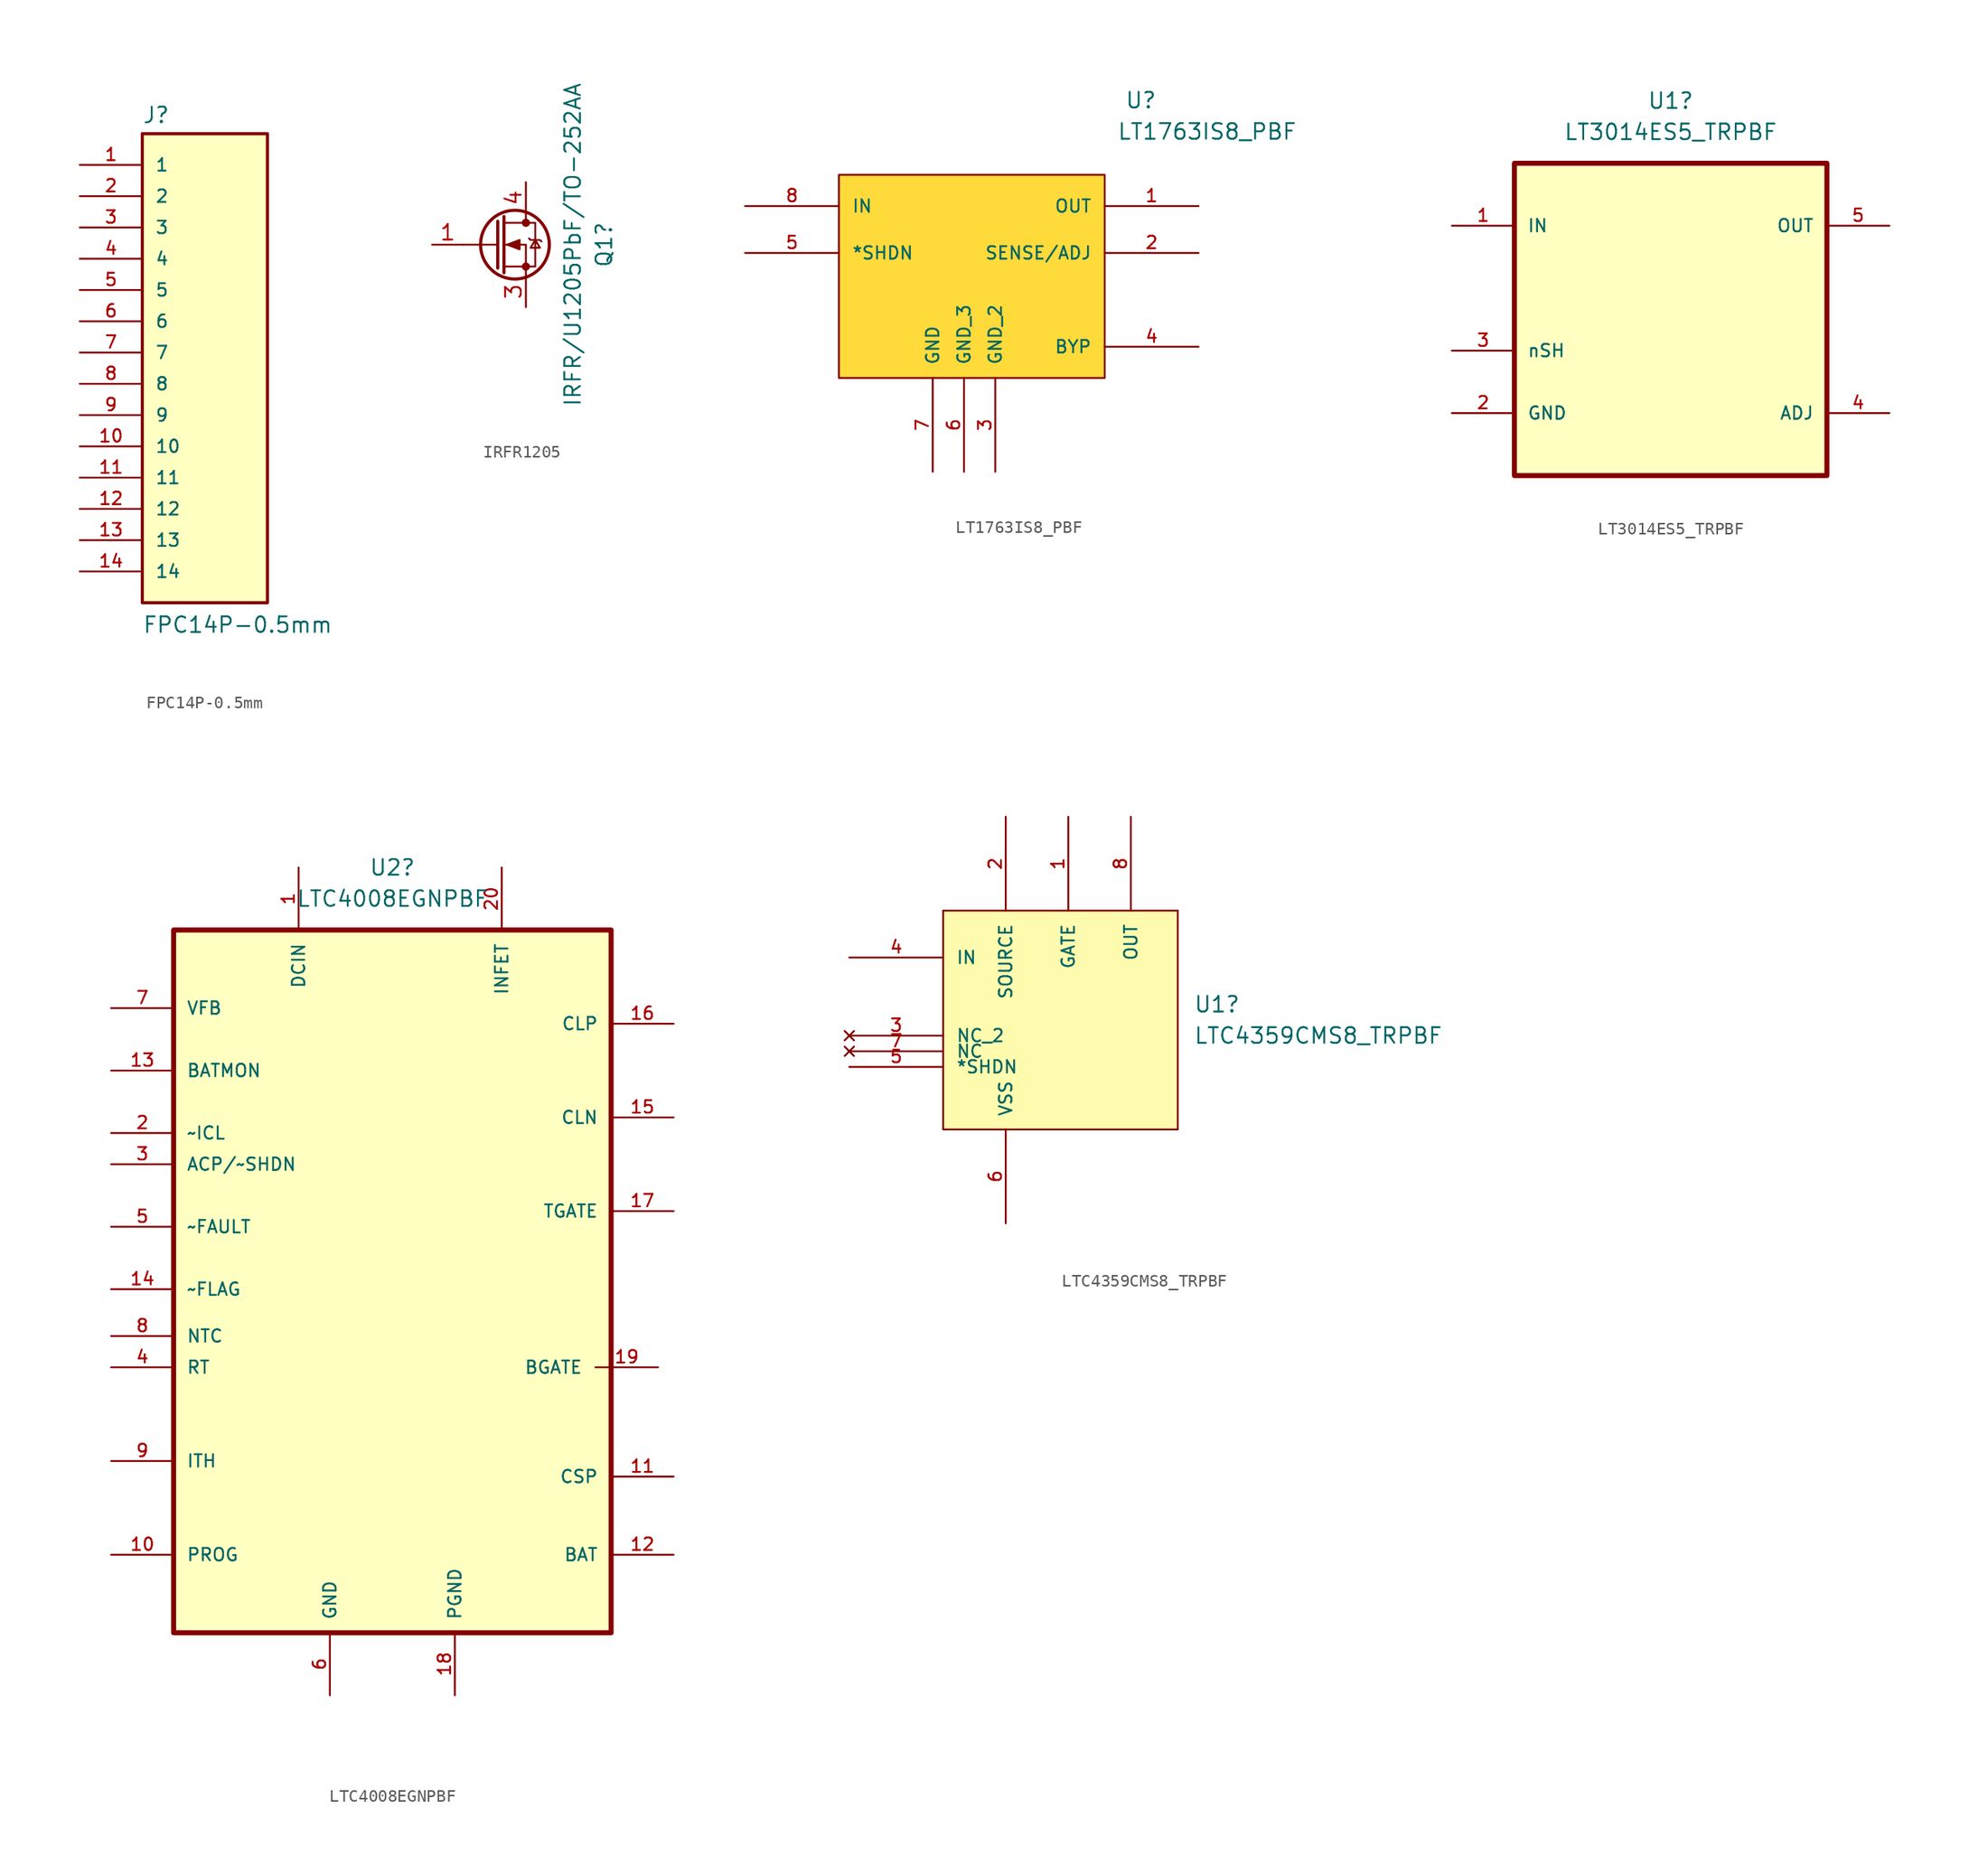
<source format=kicad_sym>
(kicad_symbol_lib
  (version 20241209)
  (generator "kicad_symbol_editor")
  (generator_version "9.0")
  (symbol "FPC14P-0.5mm"
    (pin_names
      (offset 1.016))
    (property "Reference" "J"
      (at -5.08 18.542 0)
      (effects (font (size 1.27 1.27)) (justify left bottom)))
    (property "Value" "FPC14P-0.5mm"
      (at -5.08 -22.86 0)
      (effects (font (size 1.27 1.27)) (justify left bottom)))
    (symbol "FPC14P-0.5mm_0_0"
      (rectangle (start -5.08 -20.32) (end 5.08 17.78) (stroke (width 0.254) (type default)) (fill (type background)))
      (pin passive line (at -10.16 15.24 0) (length 5.08) (name "1" (effects (font (size 1.016 1.016)))) (number "1" (effects (font (size 1.016 1.016)))))
      (pin passive line (at -10.16 12.7 0) (length 5.08) (name "2" (effects (font (size 1.016 1.016)))) (number "2" (effects (font (size 1.016 1.016)))))
      (pin passive line (at -10.16 10.16 0) (length 5.08) (name "3" (effects (font (size 1.016 1.016)))) (number "3" (effects (font (size 1.016 1.016)))))
      (pin passive line (at -10.16 7.62 0) (length 5.08) (name "4" (effects (font (size 1.016 1.016)))) (number "4" (effects (font (size 1.016 1.016)))))
      (pin passive line (at -10.16 5.08 0) (length 5.08) (name "5" (effects (font (size 1.016 1.016)))) (number "5" (effects (font (size 1.016 1.016)))))
      (pin passive line (at -10.16 2.54 0) (length 5.08) (name "6" (effects (font (size 1.016 1.016)))) (number "6" (effects (font (size 1.016 1.016)))))
      (pin passive line (at -10.16 0 0) (length 5.08) (name "7" (effects (font (size 1.016 1.016)))) (number "7" (effects (font (size 1.016 1.016)))))
      (pin passive line (at -10.16 -2.54 0) (length 5.08) (name "8" (effects (font (size 1.016 1.016)))) (number "8" (effects (font (size 1.016 1.016)))))
      (pin passive line (at -10.16 -5.08 0) (length 5.08) (name "9" (effects (font (size 1.016 1.016)))) (number "9" (effects (font (size 1.016 1.016)))))
      (pin passive line (at -10.16 -7.62 0) (length 5.08) (name "10" (effects (font (size 1.016 1.016)))) (number "10" (effects (font (size 1.016 1.016)))))
      (pin passive line (at -10.16 -10.16 0) (length 5.08) (name "11" (effects (font (size 1.016 1.016)))) (number "11" (effects (font (size 1.016 1.016)))))
      (pin passive line (at -10.16 -12.7 0) (length 5.08) (name "12" (effects (font (size 1.016 1.016)))) (number "12" (effects (font (size 1.016 1.016)))))
      (pin passive line (at -10.16 -15.24 0) (length 5.08) (name "13" (effects (font (size 1.016 1.016)))) (number "13" (effects (font (size 1.016 1.016)))))
      (pin passive line (at -10.16 -17.78 0) (length 5.08) (name "14" (effects (font (size 1.016 1.016)))) (number "14" (effects (font (size 1.016 1.016)))))))
  (symbol "IRFR1205"
    (pin_names
      (offset 0)
      (hide yes))
    (property "Reference" "Q1"
      (at 8.89 0 90)
      (effects (font (size 1.27 1.27))))
    (property "Value" "IRFR/U1205PbF/TO-252AA"
      (at 6.35 0 90)
      (effects (font (size 1.27 1.27))))
    (symbol "IRFR1205_0_1"
      (polyline (pts (xy 0.254 1.905) (xy 0.254 -1.905)) (stroke (width 0.254) (type default)) (fill (type none)))
      (polyline (pts (xy 0.254 0) (xy -2.54 0)) (stroke (width 0) (type default)) (fill (type none)))
      (polyline (pts (xy 0.762 2.286) (xy 0.762 -2.286)) (stroke (width 0.254) (type default)) (fill (type none)))
      (polyline (pts (xy 0.762 -1.778) (xy 3.302 -1.778) (xy 3.302 1.778) (xy 0.762 1.778)) (stroke (width 0) (type default)) (fill (type none)))
      (polyline (pts (xy 1.016 0) (xy 2.032 0.381) (xy 2.032 -0.381) (xy 1.016 0)) (stroke (width 0) (type default)) (fill (type outline)))
      (circle (center 1.651 0) (radius 2.794) (stroke (width 0.254) (type default)) (fill (type none)))
      (polyline (pts (xy 2.54 2.54) (xy 2.54 1.778)) (stroke (width 0) (type default)) (fill (type none)))
      (circle (center 2.54 1.778) (radius 0.254) (stroke (width 0) (type default)) (fill (type outline)))
      (circle (center 2.54 -1.778) (radius 0.254) (stroke (width 0) (type default)) (fill (type outline)))
      (polyline (pts (xy 2.54 -2.54) (xy 2.54 0) (xy 0.762 0)) (stroke (width 0) (type default)) (fill (type none)))
      (polyline (pts (xy 2.794 0.508) (xy 2.921 0.381) (xy 3.683 0.381) (xy 3.81 0.254)) (stroke (width 0) (type default)) (fill (type none)))
      (polyline (pts (xy 3.302 0.381) (xy 2.921 -0.254) (xy 3.683 -0.254) (xy 3.302 0.381)) (stroke (width 0) (type default)) (fill (type none))))
    (symbol "IRFR1205_1_1"
      (pin input line (at -5.08 0 0) (length 2.54) (name "G" (effects (font (size 1.27 1.27)))) (number "1" (effects (font (size 1.27 1.27)))))
      (pin passive line (at 2.54 5.08 270) (length 2.54) (name "D" (effects (font (size 1.27 1.27)))) (number "4" (effects (font (size 1.27 1.27)))))
      (pin passive line (at 2.54 -5.08 90) (length 2.54) (name "S" (effects (font (size 1.27 1.27)))) (number "3" (effects (font (size 1.27 1.27)))))))
  (symbol "LT1763IS8_PBF"
    (pin_names
      (offset 1.016))
    (property "Reference" "U"
      (at 30.836 9.119 0)
      (effects (font (size 1.27 1.27)) (justify left bottom)))
    (property "Value" "LT1763IS8_PBF"
      (at 30.201 6.579 0)
      (effects (font (size 1.27 1.27)) (justify left bottom)))
    (symbol "LT1763IS8_PBF_0_0"
      (pin input line (at 0 1.27 0) (length 7.62) (name "IN" (effects (font (size 1.016 1.016)))) (number "8" (effects (font (size 1.016 1.016)))))
      (pin passive line (at 0 -2.54 0) (length 7.62) (name "*SHDN" (effects (font (size 1.016 1.016)))) (number "5" (effects (font (size 1.016 1.016)))))
      (pin power_in line (at 15.24 -20.32 90) (length 7.62) (name "GND" (effects (font (size 1.016 1.016)))) (number "7" (effects (font (size 1.016 1.016)))))
      (pin power_in line (at 17.78 -20.32 90) (length 7.62) (name "GND_3" (effects (font (size 1.016 1.016)))) (number "6" (effects (font (size 1.016 1.016)))))
      (pin power_in line (at 20.32 -20.32 90) (length 7.62) (name "GND_2" (effects (font (size 1.016 1.016)))) (number "3" (effects (font (size 1.016 1.016)))))
      (pin output line (at 36.83 1.27 180) (length 7.62) (name "OUT" (effects (font (size 1.016 1.016)))) (number "1" (effects (font (size 1.016 1.016)))))
      (pin bidirectional line (at 36.83 -2.54 180) (length 7.62) (name "SENSE/ADJ" (effects (font (size 1.016 1.016)))) (number "2" (effects (font (size 1.016 1.016)))))
      (pin passive line (at 36.83 -10.16 180) (length 7.62) (name "BYP" (effects (font (size 1.016 1.016)))) (number "4" (effects (font (size 1.016 1.016))))))
    (symbol "LT1763IS8_PBF_1_1"
      (rectangle (start 7.62 3.81) (end 29.21 -12.7) (stroke (width 0) (type solid)) (fill (type color) (color 255 218 59 1)))))
  (symbol "LT3014ES5_TRPBF"
    (pin_names
      (offset 1.016))
    (property "Reference" "U1"
      (at 0 15.24 0)
      (effects (font (size 1.27 1.27))))
    (property "Value" "LT3014ES5_TRPBF"
      (at 0 12.7 0)
      (effects (font (size 1.27 1.27))))
    (symbol "LT3014ES5_TRPBF_0_0"
      (rectangle (start -12.7 10.16) (end 12.7 -15.24) (stroke (width 0.406) (type default)) (fill (type background)))
      (pin passive line (at -17.78 -10.16 0) (length 5.08) (name "GND" (effects (font (size 1.016 1.016)))) (number "2" (effects (font (size 1.016 1.016)))))
      (pin input line (at 17.78 -10.16 180) (length 5.08) (name "ADJ" (effects (font (size 1.016 1.016)))) (number "4" (effects (font (size 1.016 1.016))))))
    (symbol "LT3014ES5_TRPBF_1_0"
      (pin power_in line (at -17.78 5.08 0) (length 5.08) (name "IN" (effects (font (size 1.016 1.016)))) (number "1" (effects (font (size 1.016 1.016)))))
      (pin passive line (at -17.78 -5.08 0) (length 5.08) (name "nSH" (effects (font (size 1.016 1.016)))) (number "3" (effects (font (size 1.016 1.016)))))
      (pin passive line (at 17.78 5.08 180) (length 5.08) (name "OUT" (effects (font (size 1.016 1.016)))) (number "5" (effects (font (size 1.016 1.016)))))))
  (symbol "LTC4008EGNPBF"
    (pin_names
      (offset 1.016))
    (property "Reference" "U2"
      (at 0 27.94 0)
      (effects (font (size 1.27 1.27))))
    (property "Value" "LTC4008EGNPBF"
      (at 0 25.4 0)
      (effects (font (size 1.27 1.27))))
    (symbol "LTC4008EGNPBF_0_0"
      (rectangle (start -17.78 22.86) (end 17.78 -34.29) (stroke (width 0.406) (type default)) (fill (type background)))
      (pin input line (at -22.86 16.51 0) (length 5.08) (name "VFB" (effects (font (size 1.016 1.016)))) (number "7" (effects (font (size 1.016 1.016)))))
      (pin output line (at -22.86 11.43 0) (length 5.08) (name "BATMON" (effects (font (size 1.016 1.016)))) (number "13" (effects (font (size 1.016 1.016)))))
      (pin output line (at -22.86 6.35 0) (length 5.08) (name "~ICL" (effects (font (size 1.016 1.016)))) (number "2" (effects (font (size 1.016 1.016)))))
      (pin output line (at -22.86 3.81 0) (length 5.08) (name "ACP/~SHDN" (effects (font (size 1.016 1.016)))) (number "3" (effects (font (size 1.016 1.016)))))
      (pin output line (at -22.86 -1.27 0) (length 5.08) (name "~FAULT" (effects (font (size 1.016 1.016)))) (number "5" (effects (font (size 1.016 1.016)))))
      (pin output line (at -22.86 -6.35 0) (length 5.08) (name "~FLAG" (effects (font (size 1.016 1.016)))) (number "14" (effects (font (size 1.016 1.016)))))
      (pin passive line (at -22.86 -10.16 0) (length 5.08) (name "NTC" (effects (font (size 1.016 1.016)))) (number "8" (effects (font (size 1.016 1.016)))))
      (pin passive line (at -22.86 -12.7 0) (length 5.08) (name "RT" (effects (font (size 1.016 1.016)))) (number "4" (effects (font (size 1.016 1.016)))))
      (pin passive line (at -22.86 -20.32 0) (length 5.08) (name "ITH" (effects (font (size 1.016 1.016)))) (number "9" (effects (font (size 1.016 1.016)))))
      (pin bidirectional line (at -22.86 -27.94 0) (length 5.08) (name "PROG" (effects (font (size 1.016 1.016)))) (number "10" (effects (font (size 1.016 1.016)))))
      (pin power_in line (at -7.62 27.94 270) (length 5.08) (name "DCIN" (effects (font (size 1.016 1.016)))) (number "1" (effects (font (size 1.016 1.016)))))
      (pin passive line (at -5.08 -39.37 90) (length 5.08) (name "GND" (effects (font (size 1.016 1.016)))) (number "6" (effects (font (size 1.016 1.016)))))
      (pin passive line (at 5.08 -39.37 90) (length 5.08) (name "PGND" (effects (font (size 1.016 1.016)))) (number "18" (effects (font (size 1.016 1.016)))))
      (pin output line (at 8.89 27.94 270) (length 5.08) (name "INFET" (effects (font (size 1.016 1.016)))) (number "20" (effects (font (size 1.016 1.016)))))
      (pin input line (at 22.86 15.24 180) (length 5.08) (name "CLP" (effects (font (size 1.016 1.016)))) (number "16" (effects (font (size 1.016 1.016)))))
      (pin input line (at 22.86 7.62 180) (length 5.08) (name "CLN" (effects (font (size 1.016 1.016)))) (number "15" (effects (font (size 1.016 1.016)))))
      (pin input line (at 22.86 -21.59 180) (length 5.08) (name "CSP" (effects (font (size 1.016 1.016)))) (number "11" (effects (font (size 1.016 1.016)))))
      (pin input line (at 22.86 -27.94 180) (length 5.08) (name "BAT" (effects (font (size 1.016 1.016)))) (number "12" (effects (font (size 1.016 1.016))))))
    (symbol "LTC4008EGNPBF_1_0"
      (pin output line (at 21.59 -12.7 180) (length 5.08) (name "BGATE" (effects (font (size 1.016 1.016)))) (number "19" (effects (font (size 1.016 1.016)))))
      (pin output line (at 22.86 0 180) (length 5.08) (name "TGATE" (effects (font (size 1.016 1.016)))) (number "17" (effects (font (size 1.016 1.016)))))))
  (symbol "LTC4359CMS8_TRPBF"
    (pin_names
      (offset 1.016))
    (property "Reference" "U1"
      (at 27.94 -2.54 0)
      (effects (font (size 1.27 1.27)) (justify left)))
    (property "Value" "LTC4359CMS8_TRPBF"
      (at 27.94 -5.08 0)
      (effects (font (size 1.27 1.27)) (justify left)))
    (symbol "LTC4359CMS8_TRPBF_0_0"
      (pin input line (at 0 1.27 0) (length 7.62) (name "IN" (effects (font (size 1.016 1.016)))) (number "4" (effects (font (size 1.016 1.016)))))
      (pin no_connect line (at 0 -5.08 0) (length 7.62) (name "NC_2" (effects (font (size 1.016 1.016)))) (number "3" (effects (font (size 1.016 1.016)))))
      (pin no_connect line (at 0 -6.35 0) (length 7.62) (name "NC" (effects (font (size 1.016 1.016)))) (number "7" (effects (font (size 1.016 1.016)))))
      (pin input line (at 0 -7.62 0) (length 7.62) (name "*SHDN" (effects (font (size 1.016 1.016)))) (number "5" (effects (font (size 1.016 1.016)))))
      (pin passive line (at 12.7 12.7 270) (length 7.62) (name "SOURCE" (effects (font (size 1.016 1.016)))) (number "2" (effects (font (size 1.016 1.016)))))
      (pin output line (at 17.78 12.7 270) (length 7.62) (name "GATE" (effects (font (size 1.016 1.016)))) (number "1" (effects (font (size 1.016 1.016)))))
      (pin output line (at 22.86 12.7 270) (length 7.62) (name "OUT" (effects (font (size 1.016 1.016)))) (number "8" (effects (font (size 1.016 1.016))))))
    (symbol "LTC4359CMS8_TRPBF_1_0"
      (pin passive line (at 12.7 -20.32 90) (length 7.62) (name "VSS" (effects (font (size 1.016 1.016)))) (number "6" (effects (font (size 1.016 1.016))))))
    (symbol "LTC4359CMS8_TRPBF_1_1"
      (rectangle (start 7.62 5.08) (end 26.67 -12.7) (stroke (width 0) (type solid)) (fill (type color) (color 255 251 174 1))))))
</source>
